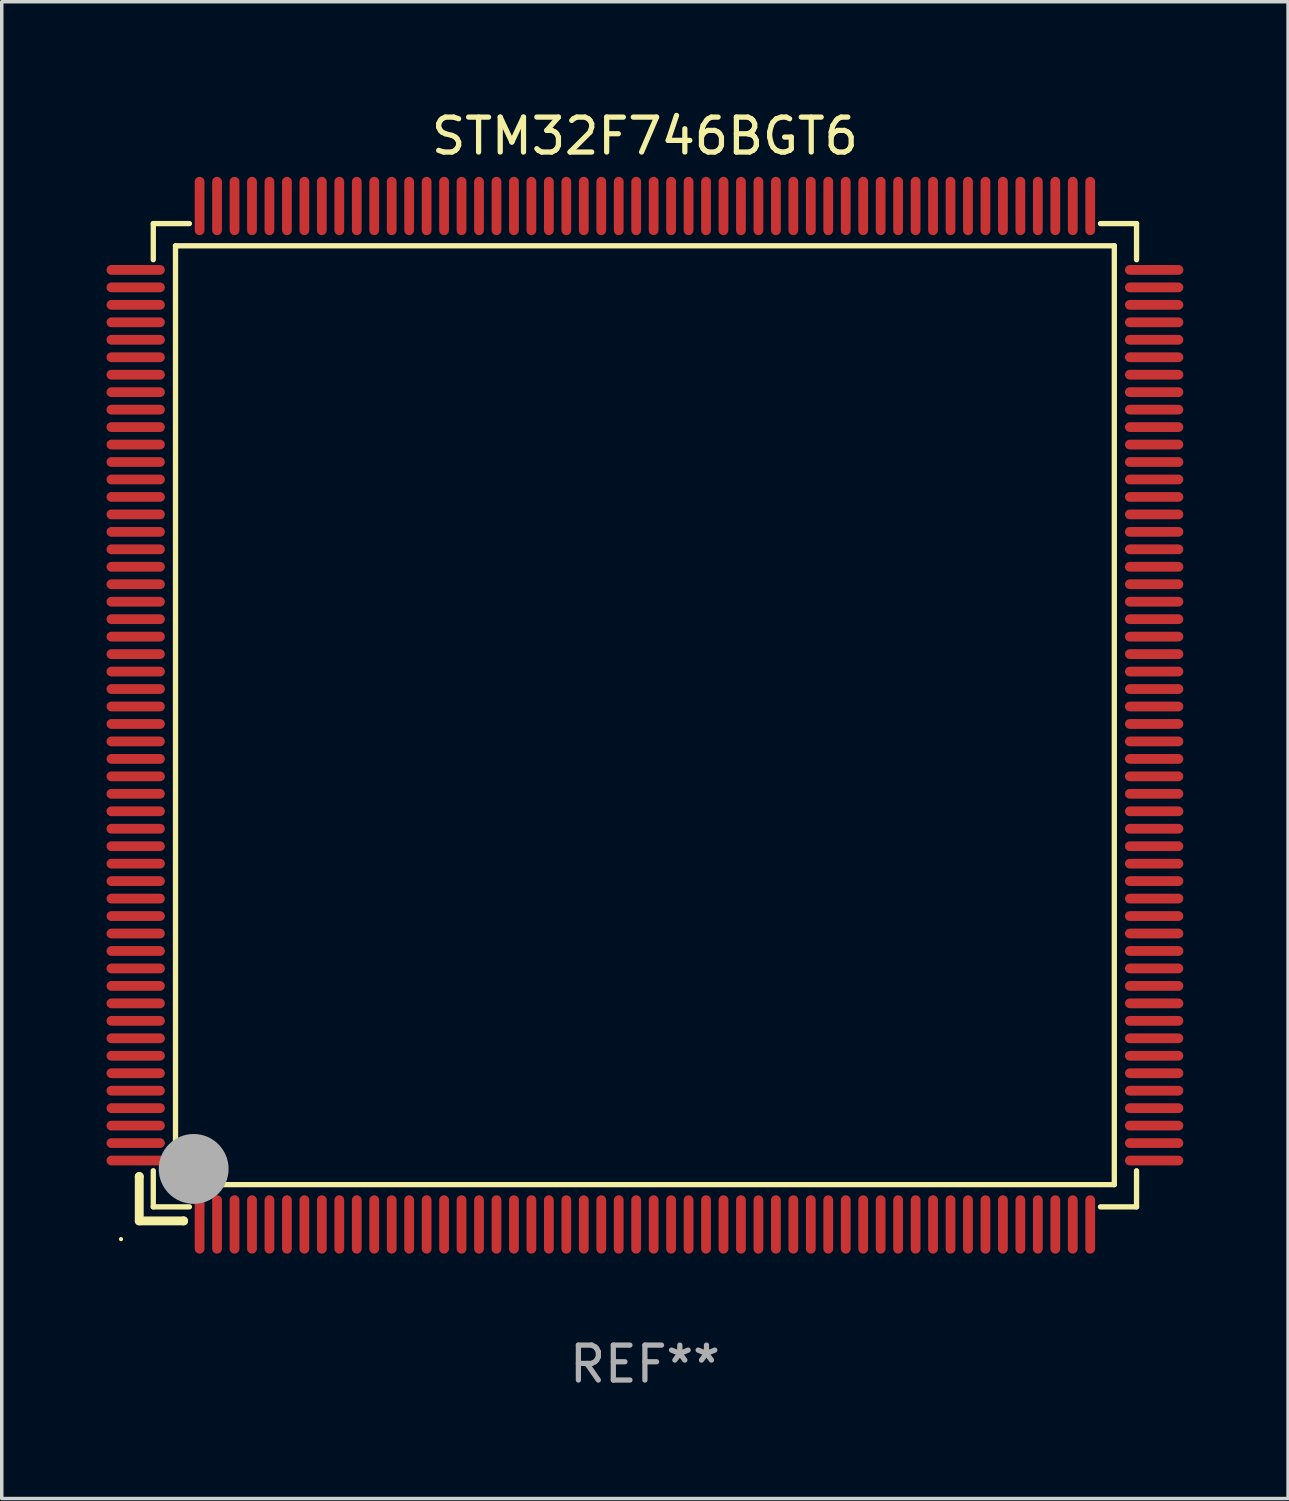
<source format=kicad_pcb>
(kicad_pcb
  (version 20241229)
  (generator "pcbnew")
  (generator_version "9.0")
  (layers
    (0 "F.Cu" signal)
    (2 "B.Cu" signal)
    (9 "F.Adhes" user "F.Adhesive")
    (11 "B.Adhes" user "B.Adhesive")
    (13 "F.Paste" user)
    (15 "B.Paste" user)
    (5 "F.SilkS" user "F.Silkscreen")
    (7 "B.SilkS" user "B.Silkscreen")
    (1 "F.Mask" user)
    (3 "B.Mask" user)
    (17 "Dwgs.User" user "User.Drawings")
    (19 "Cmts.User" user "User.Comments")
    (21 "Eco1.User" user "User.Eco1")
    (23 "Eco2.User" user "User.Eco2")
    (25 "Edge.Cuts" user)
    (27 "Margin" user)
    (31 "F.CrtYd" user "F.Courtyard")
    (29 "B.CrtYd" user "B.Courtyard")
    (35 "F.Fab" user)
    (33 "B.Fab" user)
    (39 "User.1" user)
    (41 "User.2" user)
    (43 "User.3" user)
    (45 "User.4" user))
  (footprint "STM32F746BGT6"
    (layer "F.Cu")
    (at 15.415 17.428)
    (property "Reference" "STM32F746BGT6" (at 0 -16.58 0) (layer "F.SilkS") (effects (font (size 1 1) (thickness 0.15))))
    (attr through_hole)
    (fp_line (start -14.478 13.208) (end -14.478 13.208) (stroke (width 0.254) (type solid)) (layer "F.SilkS"))
    (fp_line (start -14.478 13.208) (end -14.478 14.478) (stroke (width 0.254) (type solid)) (layer "F.SilkS"))
    (fp_line (start -14.478 14.478) (end -13.208 14.478) (stroke (width 0.254) (type solid)) (layer "F.SilkS"))
    (fp_line (start -14.076 -14.076) (end -14.076 -13.042) (stroke (width 0.152) (type solid)) (layer "F.SilkS"))
    (fp_line (start -14.076 14.076) (end -14.076 13.042) (stroke (width 0.152) (type solid)) (layer "F.SilkS"))
    (fp_line (start -13.44 -13.44) (end 13.44 -13.44) (stroke (width 0.152) (type solid)) (layer "F.SilkS"))
    (fp_line (start -13.44 13.44) (end -13.44 -13.44) (stroke (width 0.152) (type solid)) (layer "F.SilkS"))
    (fp_line (start -13.208 14.478) (end -13.208 14.478) (stroke (width 0.254) (type solid)) (layer "F.SilkS"))
    (fp_line (start -13.042 -14.076) (end -14.076 -14.076) (stroke (width 0.152) (type solid)) (layer "F.SilkS"))
    (fp_line (start -13.042 14.076) (end -14.076 14.076) (stroke (width 0.152) (type solid)) (layer "F.SilkS"))
    (fp_line (start 13.042 -14.076) (end 14.076 -14.076) (stroke (width 0.152) (type solid)) (layer "F.SilkS"))
    (fp_line (start 13.042 14.076) (end 14.076 14.076) (stroke (width 0.152) (type solid)) (layer "F.SilkS"))
    (fp_line (start 13.44 -13.44) (end 13.44 13.44) (stroke (width 0.152) (type solid)) (layer "F.SilkS"))
    (fp_line (start 13.44 13.44) (end -13.44 13.44) (stroke (width 0.152) (type solid)) (layer "F.SilkS"))
    (fp_line (start 14.076 -14.076) (end 14.076 -13.042) (stroke (width 0.152) (type solid)) (layer "F.SilkS"))
    (fp_line (start 14.076 14.076) (end 14.076 13.042) (stroke (width 0.152) (type solid)) (layer "F.SilkS"))
    (fp_circle (center -15 15) (end -14.97 15) (stroke (width 0.06) (type solid)) (fill no) (layer "F.SilkS"))
    (fp_circle (center -13.138 13.138) (end -13.063 13.138) (stroke (width 0.15) (type solid)) (fill no) (layer "F.SilkS"))
    (fp_circle (center -12.92 12.99) (end -12.42 12.99) (stroke (width 1) (type solid)) (fill no) (layer "F.Fab"))
    (fp_text user "REF**" (at 0 18.58 0) (layer "F.Fab") (effects (font (size 1 1) (thickness 0.15))))
    (pad "1" smd oval (at -12.75 14.58) (size 0.28 1.67) (layers "F.Cu" "F.Mask" "F.Paste"))
    (pad "2" smd oval (at -12.25 14.58) (size 0.28 1.67) (layers "F.Cu" "F.Mask" "F.Paste"))
    (pad "3" smd oval (at -11.75 14.58) (size 0.28 1.67) (layers "F.Cu" "F.Mask" "F.Paste"))
    (pad "4" smd oval (at -11.25 14.58) (size 0.28 1.67) (layers "F.Cu" "F.Mask" "F.Paste"))
    (pad "5" smd oval (at -10.75 14.58) (size 0.28 1.67) (layers "F.Cu" "F.Mask" "F.Paste"))
    (pad "6" smd oval (at -10.25 14.58) (size 0.28 1.67) (layers "F.Cu" "F.Mask" "F.Paste"))
    (pad "7" smd oval (at -9.75 14.58) (size 0.28 1.67) (layers "F.Cu" "F.Mask" "F.Paste"))
    (pad "8" smd oval (at -9.25 14.58) (size 0.28 1.67) (layers "F.Cu" "F.Mask" "F.Paste"))
    (pad "9" smd oval (at -8.75 14.58) (size 0.28 1.67) (layers "F.Cu" "F.Mask" "F.Paste"))
    (pad "10" smd oval (at -8.25 14.58) (size 0.28 1.67) (layers "F.Cu" "F.Mask" "F.Paste"))
    (pad "11" smd oval (at -7.75 14.58) (size 0.28 1.67) (layers "F.Cu" "F.Mask" "F.Paste"))
    (pad "12" smd oval (at -7.25 14.58) (size 0.28 1.67) (layers "F.Cu" "F.Mask" "F.Paste"))
    (pad "13" smd oval (at -6.75 14.58) (size 0.28 1.67) (layers "F.Cu" "F.Mask" "F.Paste"))
    (pad "14" smd oval (at -6.25 14.58) (size 0.28 1.67) (layers "F.Cu" "F.Mask" "F.Paste"))
    (pad "15" smd oval (at -5.75 14.58) (size 0.28 1.67) (layers "F.Cu" "F.Mask" "F.Paste"))
    (pad "16" smd oval (at -5.25 14.58) (size 0.28 1.67) (layers "F.Cu" "F.Mask" "F.Paste"))
    (pad "17" smd oval (at -4.75 14.58) (size 0.28 1.67) (layers "F.Cu" "F.Mask" "F.Paste"))
    (pad "18" smd oval (at -4.25 14.58) (size 0.28 1.67) (layers "F.Cu" "F.Mask" "F.Paste"))
    (pad "19" smd oval (at -3.75 14.58) (size 0.28 1.67) (layers "F.Cu" "F.Mask" "F.Paste"))
    (pad "20" smd oval (at -3.25 14.58) (size 0.28 1.67) (layers "F.Cu" "F.Mask" "F.Paste"))
    (pad "21" smd oval (at -2.75 14.58) (size 0.28 1.67) (layers "F.Cu" "F.Mask" "F.Paste"))
    (pad "22" smd oval (at -2.25 14.58) (size 0.28 1.67) (layers "F.Cu" "F.Mask" "F.Paste"))
    (pad "23" smd oval (at -1.75 14.58) (size 0.28 1.67) (layers "F.Cu" "F.Mask" "F.Paste"))
    (pad "24" smd oval (at -1.25 14.58) (size 0.28 1.67) (layers "F.Cu" "F.Mask" "F.Paste"))
    (pad "25" smd oval (at -0.75 14.58) (size 0.28 1.67) (layers "F.Cu" "F.Mask" "F.Paste"))
    (pad "26" smd oval (at -0.25 14.58) (size 0.28 1.67) (layers "F.Cu" "F.Mask" "F.Paste"))
    (pad "27" smd oval (at 0.25 14.58) (size 0.28 1.67) (layers "F.Cu" "F.Mask" "F.Paste"))
    (pad "28" smd oval (at 0.75 14.58) (size 0.28 1.67) (layers "F.Cu" "F.Mask" "F.Paste"))
    (pad "29" smd oval (at 1.25 14.58) (size 0.28 1.67) (layers "F.Cu" "F.Mask" "F.Paste"))
    (pad "30" smd oval (at 1.75 14.58) (size 0.28 1.67) (layers "F.Cu" "F.Mask" "F.Paste"))
    (pad "31" smd oval (at 2.25 14.58) (size 0.28 1.67) (layers "F.Cu" "F.Mask" "F.Paste"))
    (pad "32" smd oval (at 2.75 14.58) (size 0.28 1.67) (layers "F.Cu" "F.Mask" "F.Paste"))
    (pad "33" smd oval (at 3.25 14.58) (size 0.28 1.67) (layers "F.Cu" "F.Mask" "F.Paste"))
    (pad "34" smd oval (at 3.75 14.58) (size 0.28 1.67) (layers "F.Cu" "F.Mask" "F.Paste"))
    (pad "35" smd oval (at 4.25 14.58) (size 0.28 1.67) (layers "F.Cu" "F.Mask" "F.Paste"))
    (pad "36" smd oval (at 4.75 14.58) (size 0.28 1.67) (layers "F.Cu" "F.Mask" "F.Paste"))
    (pad "37" smd oval (at 5.25 14.58) (size 0.28 1.67) (layers "F.Cu" "F.Mask" "F.Paste"))
    (pad "38" smd oval (at 5.75 14.58) (size 0.28 1.67) (layers "F.Cu" "F.Mask" "F.Paste"))
    (pad "39" smd oval (at 6.25 14.58) (size 0.28 1.67) (layers "F.Cu" "F.Mask" "F.Paste"))
    (pad "40" smd oval (at 6.75 14.58) (size 0.28 1.67) (layers "F.Cu" "F.Mask" "F.Paste"))
    (pad "41" smd oval (at 7.25 14.58) (size 0.28 1.67) (layers "F.Cu" "F.Mask" "F.Paste"))
    (pad "42" smd oval (at 7.75 14.58) (size 0.28 1.67) (layers "F.Cu" "F.Mask" "F.Paste"))
    (pad "43" smd oval (at 8.25 14.58) (size 0.28 1.67) (layers "F.Cu" "F.Mask" "F.Paste"))
    (pad "44" smd oval (at 8.75 14.58) (size 0.28 1.67) (layers "F.Cu" "F.Mask" "F.Paste"))
    (pad "45" smd oval (at 9.25 14.58) (size 0.28 1.67) (layers "F.Cu" "F.Mask" "F.Paste"))
    (pad "46" smd oval (at 9.75 14.58) (size 0.28 1.67) (layers "F.Cu" "F.Mask" "F.Paste"))
    (pad "47" smd oval (at 10.25 14.58) (size 0.28 1.67) (layers "F.Cu" "F.Mask" "F.Paste"))
    (pad "48" smd oval (at 10.75 14.58) (size 0.28 1.67) (layers "F.Cu" "F.Mask" "F.Paste"))
    (pad "49" smd oval (at 11.25 14.58) (size 0.28 1.67) (layers "F.Cu" "F.Mask" "F.Paste"))
    (pad "50" smd oval (at 11.75 14.58) (size 0.28 1.67) (layers "F.Cu" "F.Mask" "F.Paste"))
    (pad "51" smd oval (at 12.25 14.58) (size 0.28 1.67) (layers "F.Cu" "F.Mask" "F.Paste"))
    (pad "52" smd oval (at 12.75 14.58) (size 0.28 1.67) (layers "F.Cu" "F.Mask" "F.Paste"))
    (pad "53" smd oval (at 14.58 12.75) (size 1.67 0.28) (layers "F.Cu" "F.Mask" "F.Paste"))
    (pad "54" smd oval (at 14.58 12.25) (size 1.67 0.28) (layers "F.Cu" "F.Mask" "F.Paste"))
    (pad "55" smd oval (at 14.58 11.75) (size 1.67 0.28) (layers "F.Cu" "F.Mask" "F.Paste"))
    (pad "56" smd oval (at 14.58 11.25) (size 1.67 0.28) (layers "F.Cu" "F.Mask" "F.Paste"))
    (pad "57" smd oval (at 14.58 10.75) (size 1.67 0.28) (layers "F.Cu" "F.Mask" "F.Paste"))
    (pad "58" smd oval (at 14.58 10.25) (size 1.67 0.28) (layers "F.Cu" "F.Mask" "F.Paste"))
    (pad "59" smd oval (at 14.58 9.75) (size 1.67 0.28) (layers "F.Cu" "F.Mask" "F.Paste"))
    (pad "60" smd oval (at 14.58 9.25) (size 1.67 0.28) (layers "F.Cu" "F.Mask" "F.Paste"))
    (pad "61" smd oval (at 14.58 8.75) (size 1.67 0.28) (layers "F.Cu" "F.Mask" "F.Paste"))
    (pad "62" smd oval (at 14.58 8.25) (size 1.67 0.28) (layers "F.Cu" "F.Mask" "F.Paste"))
    (pad "63" smd oval (at 14.58 7.75) (size 1.67 0.28) (layers "F.Cu" "F.Mask" "F.Paste"))
    (pad "64" smd oval (at 14.58 7.25) (size 1.67 0.28) (layers "F.Cu" "F.Mask" "F.Paste"))
    (pad "65" smd oval (at 14.58 6.75) (size 1.67 0.28) (layers "F.Cu" "F.Mask" "F.Paste"))
    (pad "66" smd oval (at 14.58 6.25) (size 1.67 0.28) (layers "F.Cu" "F.Mask" "F.Paste"))
    (pad "67" smd oval (at 14.58 5.75) (size 1.67 0.28) (layers "F.Cu" "F.Mask" "F.Paste"))
    (pad "68" smd oval (at 14.58 5.25) (size 1.67 0.28) (layers "F.Cu" "F.Mask" "F.Paste"))
    (pad "69" smd oval (at 14.58 4.75) (size 1.67 0.28) (layers "F.Cu" "F.Mask" "F.Paste"))
    (pad "70" smd oval (at 14.58 4.25) (size 1.67 0.28) (layers "F.Cu" "F.Mask" "F.Paste"))
    (pad "71" smd oval (at 14.58 3.75) (size 1.67 0.28) (layers "F.Cu" "F.Mask" "F.Paste"))
    (pad "72" smd oval (at 14.58 3.25) (size 1.67 0.28) (layers "F.Cu" "F.Mask" "F.Paste"))
    (pad "73" smd oval (at 14.58 2.75) (size 1.67 0.28) (layers "F.Cu" "F.Mask" "F.Paste"))
    (pad "74" smd oval (at 14.58 2.25) (size 1.67 0.28) (layers "F.Cu" "F.Mask" "F.Paste"))
    (pad "75" smd oval (at 14.58 1.75) (size 1.67 0.28) (layers "F.Cu" "F.Mask" "F.Paste"))
    (pad "76" smd oval (at 14.58 1.25) (size 1.67 0.28) (layers "F.Cu" "F.Mask" "F.Paste"))
    (pad "77" smd oval (at 14.58 0.75) (size 1.67 0.28) (layers "F.Cu" "F.Mask" "F.Paste"))
    (pad "78" smd oval (at 14.58 0.25) (size 1.67 0.28) (layers "F.Cu" "F.Mask" "F.Paste"))
    (pad "79" smd oval (at 14.58 -0.25) (size 1.67 0.28) (layers "F.Cu" "F.Mask" "F.Paste"))
    (pad "80" smd oval (at 14.58 -0.75) (size 1.67 0.28) (layers "F.Cu" "F.Mask" "F.Paste"))
    (pad "81" smd oval (at 14.58 -1.25) (size 1.67 0.28) (layers "F.Cu" "F.Mask" "F.Paste"))
    (pad "82" smd oval (at 14.58 -1.75) (size 1.67 0.28) (layers "F.Cu" "F.Mask" "F.Paste"))
    (pad "83" smd oval (at 14.58 -2.25) (size 1.67 0.28) (layers "F.Cu" "F.Mask" "F.Paste"))
    (pad "84" smd oval (at 14.58 -2.75) (size 1.67 0.28) (layers "F.Cu" "F.Mask" "F.Paste"))
    (pad "85" smd oval (at 14.58 -3.25) (size 1.67 0.28) (layers "F.Cu" "F.Mask" "F.Paste"))
    (pad "86" smd oval (at 14.58 -3.75) (size 1.67 0.28) (layers "F.Cu" "F.Mask" "F.Paste"))
    (pad "87" smd oval (at 14.58 -4.25) (size 1.67 0.28) (layers "F.Cu" "F.Mask" "F.Paste"))
    (pad "88" smd oval (at 14.58 -4.75) (size 1.67 0.28) (layers "F.Cu" "F.Mask" "F.Paste"))
    (pad "89" smd oval (at 14.58 -5.25) (size 1.67 0.28) (layers "F.Cu" "F.Mask" "F.Paste"))
    (pad "90" smd oval (at 14.58 -5.75) (size 1.67 0.28) (layers "F.Cu" "F.Mask" "F.Paste"))
    (pad "91" smd oval (at 14.58 -6.25) (size 1.67 0.28) (layers "F.Cu" "F.Mask" "F.Paste"))
    (pad "92" smd oval (at 14.58 -6.75) (size 1.67 0.28) (layers "F.Cu" "F.Mask" "F.Paste"))
    (pad "93" smd oval (at 14.58 -7.25) (size 1.67 0.28) (layers "F.Cu" "F.Mask" "F.Paste"))
    (pad "94" smd oval (at 14.58 -7.75) (size 1.67 0.28) (layers "F.Cu" "F.Mask" "F.Paste"))
    (pad "95" smd oval (at 14.58 -8.25) (size 1.67 0.28) (layers "F.Cu" "F.Mask" "F.Paste"))
    (pad "96" smd oval (at 14.58 -8.75) (size 1.67 0.28) (layers "F.Cu" "F.Mask" "F.Paste"))
    (pad "97" smd oval (at 14.58 -9.25) (size 1.67 0.28) (layers "F.Cu" "F.Mask" "F.Paste"))
    (pad "98" smd oval (at 14.58 -9.75) (size 1.67 0.28) (layers "F.Cu" "F.Mask" "F.Paste"))
    (pad "99" smd oval (at 14.58 -10.25) (size 1.67 0.28) (layers "F.Cu" "F.Mask" "F.Paste"))
    (pad "100" smd oval (at 14.58 -10.75) (size 1.67 0.28) (layers "F.Cu" "F.Mask" "F.Paste"))
    (pad "101" smd oval (at 14.58 -11.25) (size 1.67 0.28) (layers "F.Cu" "F.Mask" "F.Paste"))
    (pad "102" smd oval (at 14.58 -11.75) (size 1.67 0.28) (layers "F.Cu" "F.Mask" "F.Paste"))
    (pad "103" smd oval (at 14.58 -12.25) (size 1.67 0.28) (layers "F.Cu" "F.Mask" "F.Paste"))
    (pad "104" smd oval (at 14.58 -12.75) (size 1.67 0.28) (layers "F.Cu" "F.Mask" "F.Paste"))
    (pad "105" smd oval (at 12.75 -14.58) (size 0.28 1.67) (layers "F.Cu" "F.Mask" "F.Paste"))
    (pad "106" smd oval (at 12.25 -14.58) (size 0.28 1.67) (layers "F.Cu" "F.Mask" "F.Paste"))
    (pad "107" smd oval (at 11.75 -14.58) (size 0.28 1.67) (layers "F.Cu" "F.Mask" "F.Paste"))
    (pad "108" smd oval (at 11.25 -14.58) (size 0.28 1.67) (layers "F.Cu" "F.Mask" "F.Paste"))
    (pad "109" smd oval (at 10.75 -14.58) (size 0.28 1.67) (layers "F.Cu" "F.Mask" "F.Paste"))
    (pad "110" smd oval (at 10.25 -14.58) (size 0.28 1.67) (layers "F.Cu" "F.Mask" "F.Paste"))
    (pad "111" smd oval (at 9.75 -14.58) (size 0.28 1.67) (layers "F.Cu" "F.Mask" "F.Paste"))
    (pad "112" smd oval (at 9.25 -14.58) (size 0.28 1.67) (layers "F.Cu" "F.Mask" "F.Paste"))
    (pad "113" smd oval (at 8.75 -14.58) (size 0.28 1.67) (layers "F.Cu" "F.Mask" "F.Paste"))
    (pad "114" smd oval (at 8.25 -14.58) (size 0.28 1.67) (layers "F.Cu" "F.Mask" "F.Paste"))
    (pad "115" smd oval (at 7.75 -14.58) (size 0.28 1.67) (layers "F.Cu" "F.Mask" "F.Paste"))
    (pad "116" smd oval (at 7.25 -14.58) (size 0.28 1.67) (layers "F.Cu" "F.Mask" "F.Paste"))
    (pad "117" smd oval (at 6.75 -14.58) (size 0.28 1.67) (layers "F.Cu" "F.Mask" "F.Paste"))
    (pad "118" smd oval (at 6.25 -14.58) (size 0.28 1.67) (layers "F.Cu" "F.Mask" "F.Paste"))
    (pad "119" smd oval (at 5.75 -14.58) (size 0.28 1.67) (layers "F.Cu" "F.Mask" "F.Paste"))
    (pad "120" smd oval (at 5.25 -14.58) (size 0.28 1.67) (layers "F.Cu" "F.Mask" "F.Paste"))
    (pad "121" smd oval (at 4.75 -14.58) (size 0.28 1.67) (layers "F.Cu" "F.Mask" "F.Paste"))
    (pad "122" smd oval (at 4.25 -14.58) (size 0.28 1.67) (layers "F.Cu" "F.Mask" "F.Paste"))
    (pad "123" smd oval (at 3.75 -14.58) (size 0.28 1.67) (layers "F.Cu" "F.Mask" "F.Paste"))
    (pad "124" smd oval (at 3.25 -14.58) (size 0.28 1.67) (layers "F.Cu" "F.Mask" "F.Paste"))
    (pad "125" smd oval (at 2.75 -14.58) (size 0.28 1.67) (layers "F.Cu" "F.Mask" "F.Paste"))
    (pad "126" smd oval (at 2.25 -14.58) (size 0.28 1.67) (layers "F.Cu" "F.Mask" "F.Paste"))
    (pad "127" smd oval (at 1.75 -14.58) (size 0.28 1.67) (layers "F.Cu" "F.Mask" "F.Paste"))
    (pad "128" smd oval (at 1.25 -14.58) (size 0.28 1.67) (layers "F.Cu" "F.Mask" "F.Paste"))
    (pad "129" smd oval (at 0.75 -14.58) (size 0.28 1.67) (layers "F.Cu" "F.Mask" "F.Paste"))
    (pad "130" smd oval (at 0.25 -14.58) (size 0.28 1.67) (layers "F.Cu" "F.Mask" "F.Paste"))
    (pad "131" smd oval (at -0.25 -14.58) (size 0.28 1.67) (layers "F.Cu" "F.Mask" "F.Paste"))
    (pad "132" smd oval (at -0.75 -14.58) (size 0.28 1.67) (layers "F.Cu" "F.Mask" "F.Paste"))
    (pad "133" smd oval (at -1.25 -14.58) (size 0.28 1.67) (layers "F.Cu" "F.Mask" "F.Paste"))
    (pad "134" smd oval (at -1.75 -14.58) (size 0.28 1.67) (layers "F.Cu" "F.Mask" "F.Paste"))
    (pad "135" smd oval (at -2.25 -14.58) (size 0.28 1.67) (layers "F.Cu" "F.Mask" "F.Paste"))
    (pad "136" smd oval (at -2.75 -14.58) (size 0.28 1.67) (layers "F.Cu" "F.Mask" "F.Paste"))
    (pad "137" smd oval (at -3.25 -14.58) (size 0.28 1.67) (layers "F.Cu" "F.Mask" "F.Paste"))
    (pad "138" smd oval (at -3.75 -14.58) (size 0.28 1.67) (layers "F.Cu" "F.Mask" "F.Paste"))
    (pad "139" smd oval (at -4.25 -14.58) (size 0.28 1.67) (layers "F.Cu" "F.Mask" "F.Paste"))
    (pad "140" smd oval (at -4.75 -14.58) (size 0.28 1.67) (layers "F.Cu" "F.Mask" "F.Paste"))
    (pad "141" smd oval (at -5.25 -14.58) (size 0.28 1.67) (layers "F.Cu" "F.Mask" "F.Paste"))
    (pad "142" smd oval (at -5.75 -14.58) (size 0.28 1.67) (layers "F.Cu" "F.Mask" "F.Paste"))
    (pad "143" smd oval (at -6.25 -14.58) (size 0.28 1.67) (layers "F.Cu" "F.Mask" "F.Paste"))
    (pad "144" smd oval (at -6.75 -14.58) (size 0.28 1.67) (layers "F.Cu" "F.Mask" "F.Paste"))
    (pad "145" smd oval (at -7.25 -14.58) (size 0.28 1.67) (layers "F.Cu" "F.Mask" "F.Paste"))
    (pad "146" smd oval (at -7.75 -14.58) (size 0.28 1.67) (layers "F.Cu" "F.Mask" "F.Paste"))
    (pad "147" smd oval (at -8.25 -14.58) (size 0.28 1.67) (layers "F.Cu" "F.Mask" "F.Paste"))
    (pad "148" smd oval (at -8.75 -14.58) (size 0.28 1.67) (layers "F.Cu" "F.Mask" "F.Paste"))
    (pad "149" smd oval (at -9.25 -14.58) (size 0.28 1.67) (layers "F.Cu" "F.Mask" "F.Paste"))
    (pad "150" smd oval (at -9.75 -14.58) (size 0.28 1.67) (layers "F.Cu" "F.Mask" "F.Paste"))
    (pad "151" smd oval (at -10.25 -14.58) (size 0.28 1.67) (layers "F.Cu" "F.Mask" "F.Paste"))
    (pad "152" smd oval (at -10.75 -14.58) (size 0.28 1.67) (layers "F.Cu" "F.Mask" "F.Paste"))
    (pad "153" smd oval (at -11.25 -14.58) (size 0.28 1.67) (layers "F.Cu" "F.Mask" "F.Paste"))
    (pad "154" smd oval (at -11.75 -14.58) (size 0.28 1.67) (layers "F.Cu" "F.Mask" "F.Paste"))
    (pad "155" smd oval (at -12.25 -14.58) (size 0.28 1.67) (layers "F.Cu" "F.Mask" "F.Paste"))
    (pad "156" smd oval (at -12.75 -14.58) (size 0.28 1.67) (layers "F.Cu" "F.Mask" "F.Paste"))
    (pad "157" smd oval (at -14.58 -12.75) (size 1.67 0.28) (layers "F.Cu" "F.Mask" "F.Paste"))
    (pad "158" smd oval (at -14.58 -12.25) (size 1.67 0.28) (layers "F.Cu" "F.Mask" "F.Paste"))
    (pad "159" smd oval (at -14.58 -11.75) (size 1.67 0.28) (layers "F.Cu" "F.Mask" "F.Paste"))
    (pad "160" smd oval (at -14.58 -11.25) (size 1.67 0.28) (layers "F.Cu" "F.Mask" "F.Paste"))
    (pad "161" smd oval (at -14.58 -10.75) (size 1.67 0.28) (layers "F.Cu" "F.Mask" "F.Paste"))
    (pad "162" smd oval (at -14.58 -10.25) (size 1.67 0.28) (layers "F.Cu" "F.Mask" "F.Paste"))
    (pad "163" smd oval (at -14.58 -9.75) (size 1.67 0.28) (layers "F.Cu" "F.Mask" "F.Paste"))
    (pad "164" smd oval (at -14.58 -9.25) (size 1.67 0.28) (layers "F.Cu" "F.Mask" "F.Paste"))
    (pad "165" smd oval (at -14.58 -8.75) (size 1.67 0.28) (layers "F.Cu" "F.Mask" "F.Paste"))
    (pad "166" smd oval (at -14.58 -8.25) (size 1.67 0.28) (layers "F.Cu" "F.Mask" "F.Paste"))
    (pad "167" smd oval (at -14.58 -7.75) (size 1.67 0.28) (layers "F.Cu" "F.Mask" "F.Paste"))
    (pad "168" smd oval (at -14.58 -7.25) (size 1.67 0.28) (layers "F.Cu" "F.Mask" "F.Paste"))
    (pad "169" smd oval (at -14.58 -6.75) (size 1.67 0.28) (layers "F.Cu" "F.Mask" "F.Paste"))
    (pad "170" smd oval (at -14.58 -6.25) (size 1.67 0.28) (layers "F.Cu" "F.Mask" "F.Paste"))
    (pad "171" smd oval (at -14.58 -5.75) (size 1.67 0.28) (layers "F.Cu" "F.Mask" "F.Paste"))
    (pad "172" smd oval (at -14.58 -5.25) (size 1.67 0.28) (layers "F.Cu" "F.Mask" "F.Paste"))
    (pad "173" smd oval (at -14.58 -4.75) (size 1.67 0.28) (layers "F.Cu" "F.Mask" "F.Paste"))
    (pad "174" smd oval (at -14.58 -4.25) (size 1.67 0.28) (layers "F.Cu" "F.Mask" "F.Paste"))
    (pad "175" smd oval (at -14.58 -3.75) (size 1.67 0.28) (layers "F.Cu" "F.Mask" "F.Paste"))
    (pad "176" smd oval (at -14.58 -3.25) (size 1.67 0.28) (layers "F.Cu" "F.Mask" "F.Paste"))
    (pad "177" smd oval (at -14.58 -2.75) (size 1.67 0.28) (layers "F.Cu" "F.Mask" "F.Paste"))
    (pad "178" smd oval (at -14.58 -2.25) (size 1.67 0.28) (layers "F.Cu" "F.Mask" "F.Paste"))
    (pad "179" smd oval (at -14.58 -1.75) (size 1.67 0.28) (layers "F.Cu" "F.Mask" "F.Paste"))
    (pad "180" smd oval (at -14.58 -1.25) (size 1.67 0.28) (layers "F.Cu" "F.Mask" "F.Paste"))
    (pad "181" smd oval (at -14.58 -0.75) (size 1.67 0.28) (layers "F.Cu" "F.Mask" "F.Paste"))
    (pad "182" smd oval (at -14.58 -0.25) (size 1.67 0.28) (layers "F.Cu" "F.Mask" "F.Paste"))
    (pad "183" smd oval (at -14.58 0.25) (size 1.67 0.28) (layers "F.Cu" "F.Mask" "F.Paste"))
    (pad "184" smd oval (at -14.58 0.75) (size 1.67 0.28) (layers "F.Cu" "F.Mask" "F.Paste"))
    (pad "185" smd oval (at -14.58 1.25) (size 1.67 0.28) (layers "F.Cu" "F.Mask" "F.Paste"))
    (pad "186" smd oval (at -14.58 1.75) (size 1.67 0.28) (layers "F.Cu" "F.Mask" "F.Paste"))
    (pad "187" smd oval (at -14.58 2.25) (size 1.67 0.28) (layers "F.Cu" "F.Mask" "F.Paste"))
    (pad "188" smd oval (at -14.58 2.75) (size 1.67 0.28) (layers "F.Cu" "F.Mask" "F.Paste"))
    (pad "189" smd oval (at -14.58 3.25) (size 1.67 0.28) (layers "F.Cu" "F.Mask" "F.Paste"))
    (pad "190" smd oval (at -14.58 3.75) (size 1.67 0.28) (layers "F.Cu" "F.Mask" "F.Paste"))
    (pad "191" smd oval (at -14.58 4.25) (size 1.67 0.28) (layers "F.Cu" "F.Mask" "F.Paste"))
    (pad "192" smd oval (at -14.58 4.75) (size 1.67 0.28) (layers "F.Cu" "F.Mask" "F.Paste"))
    (pad "193" smd oval (at -14.58 5.25) (size 1.67 0.28) (layers "F.Cu" "F.Mask" "F.Paste"))
    (pad "194" smd oval (at -14.58 5.75) (size 1.67 0.28) (layers "F.Cu" "F.Mask" "F.Paste"))
    (pad "195" smd oval (at -14.58 6.25) (size 1.67 0.28) (layers "F.Cu" "F.Mask" "F.Paste"))
    (pad "196" smd oval (at -14.58 6.75) (size 1.67 0.28) (layers "F.Cu" "F.Mask" "F.Paste"))
    (pad "197" smd oval (at -14.58 7.25) (size 1.67 0.28) (layers "F.Cu" "F.Mask" "F.Paste"))
    (pad "198" smd oval (at -14.58 7.75) (size 1.67 0.28) (layers "F.Cu" "F.Mask" "F.Paste"))
    (pad "199" smd oval (at -14.58 8.25) (size 1.67 0.28) (layers "F.Cu" "F.Mask" "F.Paste"))
    (pad "200" smd oval (at -14.58 8.75) (size 1.67 0.28) (layers "F.Cu" "F.Mask" "F.Paste"))
    (pad "201" smd oval (at -14.58 9.25) (size 1.67 0.28) (layers "F.Cu" "F.Mask" "F.Paste"))
    (pad "202" smd oval (at -14.58 9.75) (size 1.67 0.28) (layers "F.Cu" "F.Mask" "F.Paste"))
    (pad "203" smd oval (at -14.58 10.25) (size 1.67 0.28) (layers "F.Cu" "F.Mask" "F.Paste"))
    (pad "204" smd oval (at -14.58 10.75) (size 1.67 0.28) (layers "F.Cu" "F.Mask" "F.Paste"))
    (pad "205" smd oval (at -14.58 11.25) (size 1.67 0.28) (layers "F.Cu" "F.Mask" "F.Paste"))
    (pad "206" smd oval (at -14.58 11.75) (size 1.67 0.28) (layers "F.Cu" "F.Mask" "F.Paste"))
    (pad "207" smd oval (at -14.58 12.25) (size 1.67 0.28) (layers "F.Cu" "F.Mask" "F.Paste"))
    (pad "208" smd oval (at -14.58 12.75) (size 1.67 0.28) (layers "F.Cu" "F.Mask" "F.Paste")))
  (gr_rect
    (start -3 -3)
    (end 33.83 39.856)
    (stroke (width 0.1) (type default))
    (fill no)
    (layer "Edge.Cuts")))
</source>
